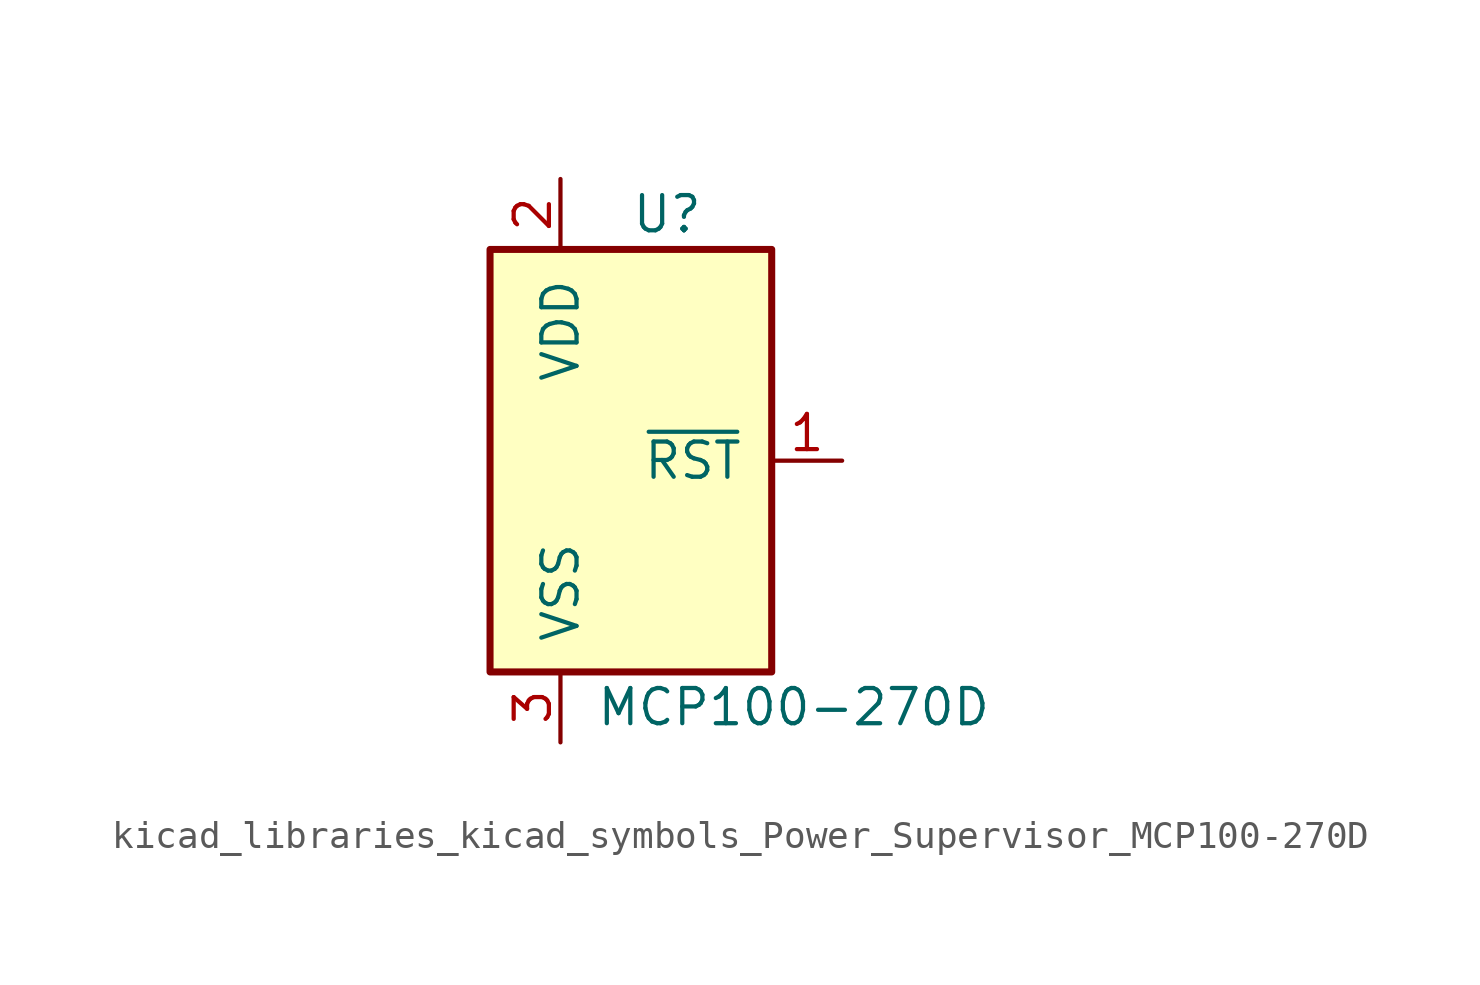
<source format=kicad_sym>
(kicad_symbol_lib
  (version 20220914)
  (generator kicad_symbol_editor)
  (symbol "kicad_libraries_kicad_symbols_Power_Supervisor_MCP100-270D"
    (pin_names
      (offset 1.016))
    (property "Reference" "U"
      (at 0 8.89 0)
      (effects (font (size 1.27 1.27)) (justify left)))
    (property "Value" "MCP100-270D"
      (at -1.27 -8.89 0)
      (effects (font (size 1.27 1.27)) (justify left)))
    (symbol "kicad_libraries_kicad_symbols_Power_Supervisor_MCP100-270D_1_1"
      (rectangle (start -5.08 7.62) (end 5.08 -7.62) (stroke (width 0.254) (type default)) (fill (type background)))
      (pin output line (at 7.62 0 180) (length 2.54) (name "~{RST}" (effects (font (size 1.27 1.27)))) (number "1" (effects (font (size 1.27 1.27)))))
      (pin power_in line (at -2.54 10.16 270) (length 2.54) (name "VDD" (effects (font (size 1.27 1.27)))) (number "2" (effects (font (size 1.27 1.27)))))
      (pin power_in line (at -2.54 -10.16 90) (length 2.54) (name "VSS" (effects (font (size 1.27 1.27)))) (number "3" (effects (font (size 1.27 1.27))))))))
</source>
